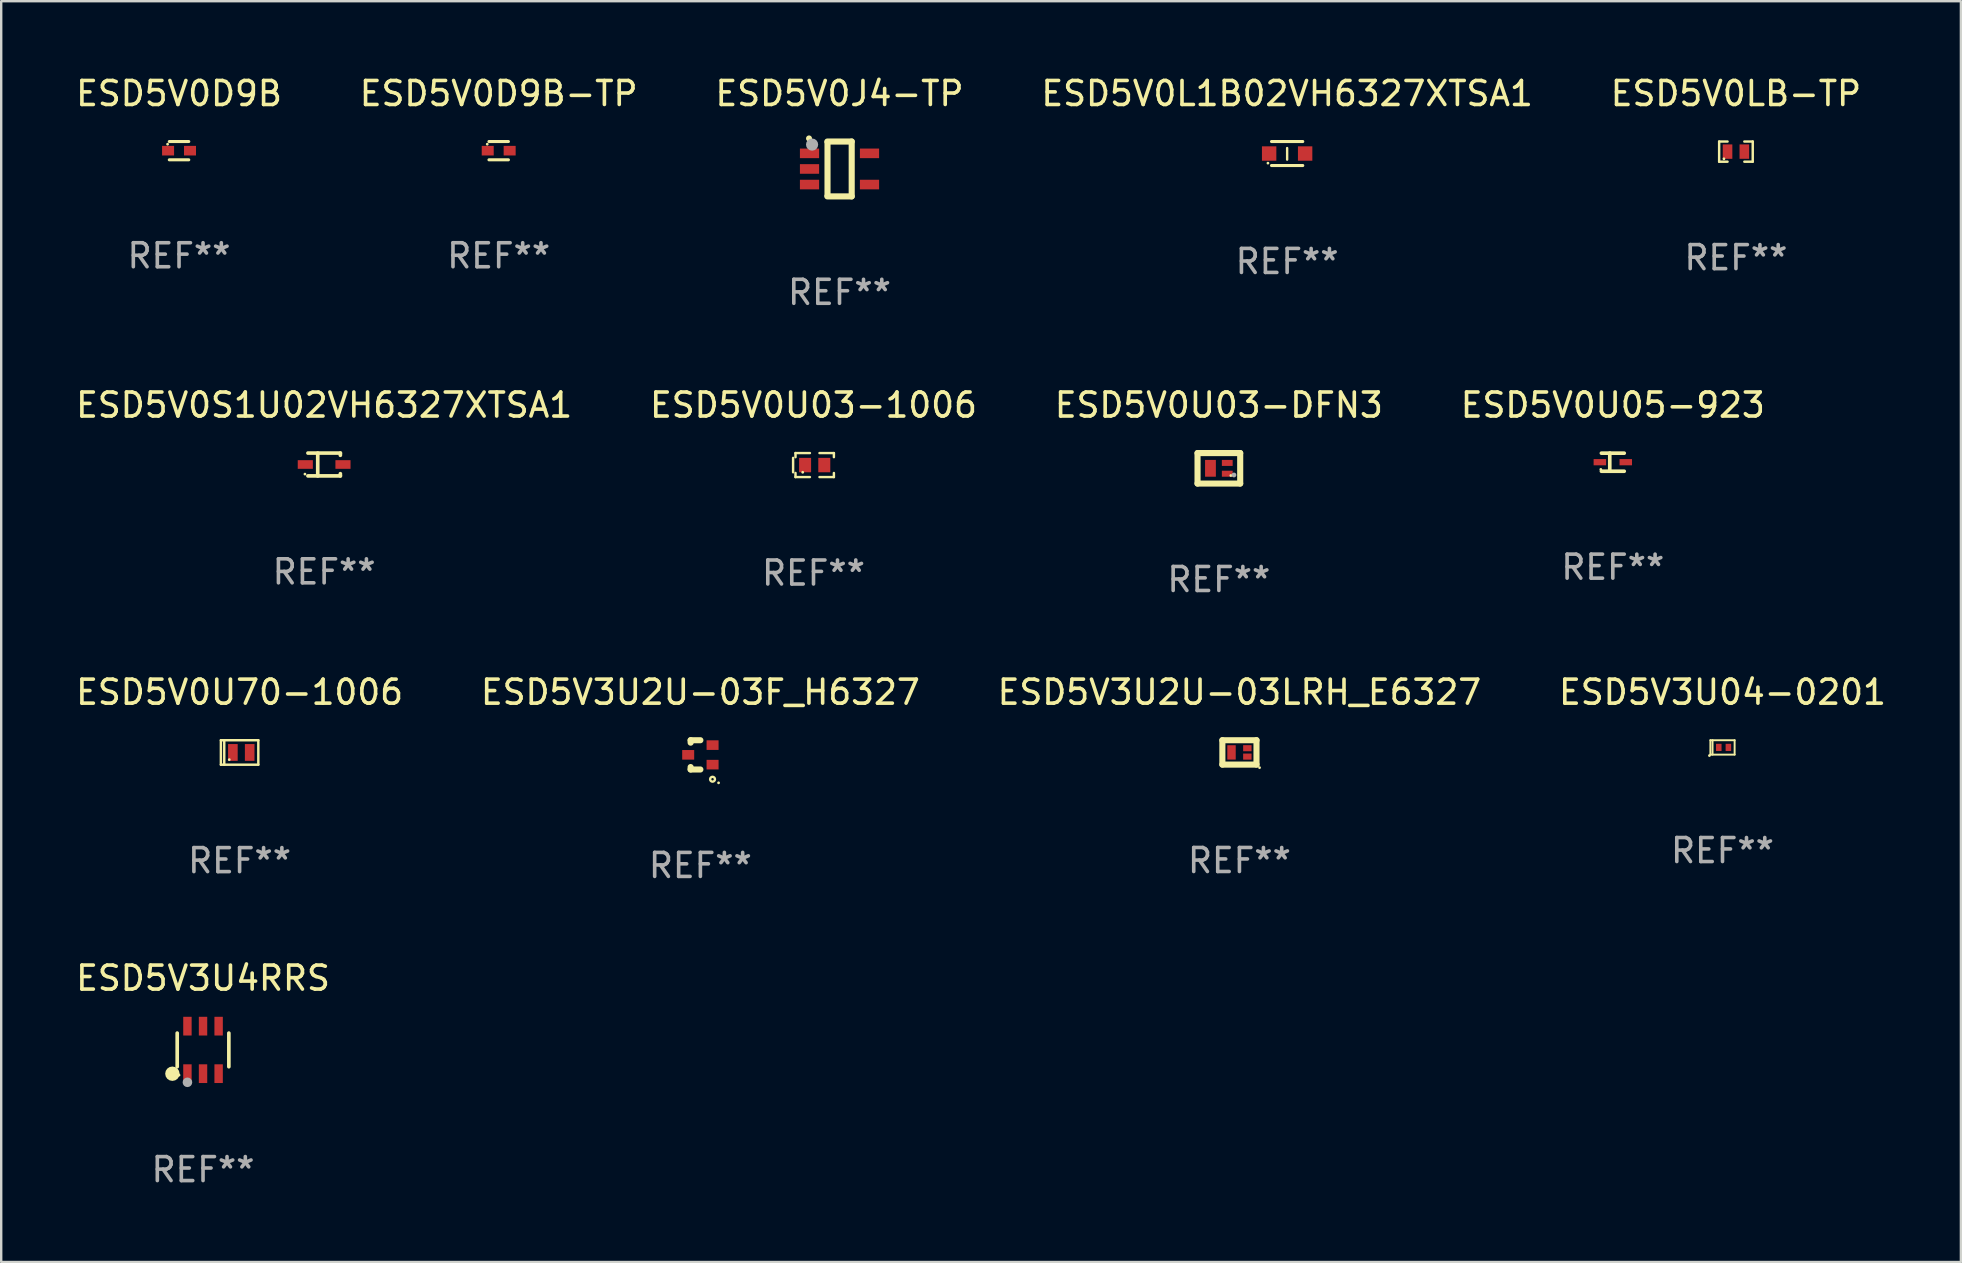
<source format=kicad_pcb>
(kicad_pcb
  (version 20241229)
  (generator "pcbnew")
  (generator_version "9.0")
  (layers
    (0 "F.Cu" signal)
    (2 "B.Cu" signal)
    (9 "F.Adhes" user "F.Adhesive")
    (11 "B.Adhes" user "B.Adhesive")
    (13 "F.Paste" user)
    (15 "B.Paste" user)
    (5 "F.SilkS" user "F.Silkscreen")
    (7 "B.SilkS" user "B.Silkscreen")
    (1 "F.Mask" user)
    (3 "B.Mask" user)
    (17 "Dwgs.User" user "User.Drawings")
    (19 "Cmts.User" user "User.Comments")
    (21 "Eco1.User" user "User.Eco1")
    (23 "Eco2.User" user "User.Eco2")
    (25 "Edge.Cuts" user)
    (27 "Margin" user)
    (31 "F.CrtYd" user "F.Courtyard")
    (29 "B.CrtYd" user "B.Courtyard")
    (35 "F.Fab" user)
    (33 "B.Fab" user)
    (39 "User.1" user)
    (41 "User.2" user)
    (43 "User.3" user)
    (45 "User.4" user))
  (footprint "ESD5V3U4RRS"
    (layer "F.Cu")
    (at 5.411 40.703)
    (property "Reference" "ESD5V3U4RRS" (at 0 -2.99 0) (layer "F.SilkS") (effects (font (size 1 1) (thickness 0.15))))
    (attr through_hole)
    (fp_line (start -1.076 0.701) (end -1.076 -0.701) (stroke (width 0.152) (type solid)) (layer "F.SilkS"))
    (fp_line (start 1.076 0.701) (end 1.076 -0.701) (stroke (width 0.152) (type solid)) (layer "F.SilkS"))
    (fp_circle (center -1.277 0.992) (end -1.127 0.992) (stroke (width 0.3) (type solid)) (fill no) (layer "F.SilkS"))
    (fp_circle (center -1 1.05) (end -0.97 1.05) (stroke (width 0.06) (type solid)) (fill no) (layer "F.SilkS"))
    (fp_circle (center -0.65 1.35) (end -0.55 1.35) (stroke (width 0.2) (type solid)) (fill no) (layer "F.Fab"))
    (fp_text user "REF**" (at 0 4.99 0) (layer "F.Fab") (effects (font (size 1 1) (thickness 0.15))))
    (pad "1" smd rect (at -0.65 0.99) (size 0.35 0.78) (layers "F.Cu" "F.Mask" "F.Paste"))
    (pad "2" smd rect (at 0 0.99) (size 0.35 0.78) (layers "F.Cu" "F.Mask" "F.Paste"))
    (pad "3" smd rect (at 0.65 0.99) (size 0.35 0.78) (layers "F.Cu" "F.Mask" "F.Paste"))
    (pad "4" smd rect (at 0.65 -0.99) (size 0.35 0.78) (layers "F.Cu" "F.Mask" "F.Paste"))
    (pad "5" smd rect (at 0 -0.99) (size 0.35 0.78) (layers "F.Cu" "F.Mask" "F.Paste"))
    (pad "6" smd rect (at -0.65 -0.99) (size 0.35 0.78) (layers "F.Cu" "F.Mask" "F.Paste")))
  (footprint "ESD5V3U04-0201"
    (layer "F.Cu")
    (at 68.732 28.097)
    (property "Reference" "ESD5V3U04-0201" (at 0 -2.3 0) (layer "F.SilkS") (effects (font (size 1 1) (thickness 0.15))))
    (attr through_hole)
    (fp_line (start -0.505 -0.3) (end -0.505 0.3) (stroke (width 0.08) (type solid)) (layer "F.SilkS"))
    (fp_line (start -0.505 -0.3) (end 0.505 -0.3) (stroke (width 0.08) (type solid)) (layer "F.SilkS"))
    (fp_line (start -0.505 0.3) (end 0.505 0.3) (stroke (width 0.08) (type solid)) (layer "F.SilkS"))
    (fp_line (start -0.415 -0.3) (end -0.415 0.3) (stroke (width 0.08) (type solid)) (layer "F.SilkS"))
    (fp_line (start 0.505 -0.3) (end 0.505 0.3) (stroke (width 0.08) (type solid)) (layer "F.SilkS"))
    (fp_circle (center -0.545 0.34) (end -0.515 0.34) (stroke (width 0.06) (type solid)) (fill no) (layer "F.SilkS"))
    (fp_text user "REF**" (at 0 4.3 0) (layer "F.Fab") (effects (font (size 1 1) (thickness 0.15))))
    (pad "1" smd rect (at -0.155 0 180) (size 0.23 0.3) (layers "F.Cu" "F.Mask" "F.Paste"))
    (pad "2" smd rect (at 0.245 0 180) (size 0.23 0.3) (layers "F.Cu" "F.Mask" "F.Paste")))
  (footprint "ESD5V0U70-1006"
    (layer "F.Cu")
    (at 6.935 28.307)
    (property "Reference" "ESD5V0U70-1006" (at 0 -2.51 0) (layer "F.SilkS") (effects (font (size 1 1) (thickness 0.15))))
    (attr through_hole)
    (fp_line (start -0.78 -0.51) (end -0.78 0.51) (stroke (width 0.102) (type solid)) (layer "F.SilkS"))
    (fp_line (start -0.78 -0.51) (end 0.78 -0.51) (stroke (width 0.102) (type solid)) (layer "F.SilkS"))
    (fp_line (start -0.78 0.51) (end 0.78 0.51) (stroke (width 0.102) (type solid)) (layer "F.SilkS"))
    (fp_line (start -0.64 -0.51) (end -0.64 0.51) (stroke (width 0.102) (type solid)) (layer "F.SilkS"))
    (fp_line (start 0.78 -0.51) (end 0.78 0.51) (stroke (width 0.102) (type solid)) (layer "F.SilkS"))
    (fp_circle (center -0.43 0.3) (end -0.4 0.3) (stroke (width 0.06) (type solid)) (fill no) (layer "F.SilkS"))
    (fp_text user "REF**" (at 0 4.51 0) (layer "F.Fab") (effects (font (size 1 1) (thickness 0.15))))
    (pad "1" smd rect (at -0.28 0) (size 0.4 0.7) (layers "F.Cu" "F.Mask" "F.Paste"))
    (pad "2" smd rect (at 0.42 0) (size 0.4 0.7) (layers "F.Cu" "F.Mask" "F.Paste")))
  (footprint "ESD5V0U03-DFN3"
    (layer "F.Cu")
    (at 47.744 16.466)
    (property "Reference" "ESD5V0U03-DFN3" (at 0 -2.635 0) (layer "F.SilkS") (effects (font (size 1 1) (thickness 0.15))))
    (attr through_hole)
    (fp_line (start -0.889 -0.635) (end 0.889 -0.635) (stroke (width 0.254) (type solid)) (layer "F.SilkS"))
    (fp_line (start -0.889 0.635) (end -0.889 -0.635) (stroke (width 0.254) (type solid)) (layer "F.SilkS"))
    (fp_line (start 0.889 -0.635) (end 0.889 0.635) (stroke (width 0.254) (type solid)) (layer "F.SilkS"))
    (fp_line (start 0.889 0.635) (end -0.889 0.635) (stroke (width 0.254) (type solid)) (layer "F.SilkS"))
    (fp_circle (center 0.5 0.3) (end 0.53 0.3) (stroke (width 0.06) (type solid)) (fill no) (layer "F.SilkS"))
    (fp_circle (center 0.629 0.278) (end 0.679 0.278) (stroke (width 0.1) (type solid)) (fill no) (layer "F.Fab"))
    (fp_text user "REF**" (at 0 4.635 0) (layer "F.Fab") (effects (font (size 1 1) (thickness 0.15))))
    (pad "1" smd rect (at 0.35 0.225) (size 0.45 0.25) (layers "F.Cu" "F.Mask" "F.Paste"))
    (pad "2" smd rect (at 0.35 -0.225) (size 0.45 0.25) (layers "F.Cu" "F.Mask" "F.Paste"))
    (pad "3" smd rect (at -0.35 0 180) (size 0.45 0.7) (layers "F.Cu" "F.Mask" "F.Paste")))
  (footprint "ESD5V0LB-TP"
    (layer "F.Cu")
    (at 69.292 3.268)
    (property "Reference" "ESD5V0LB-TP" (at 0 -2.42 0) (layer "F.SilkS") (effects (font (size 1 1) (thickness 0.15))))
    (attr through_hole)
    (fp_line (start -0.7 -0.42) (end -0.7 0.42) (stroke (width 0.102) (type solid)) (layer "F.SilkS"))
    (fp_line (start -0.7 0.42) (end -0.35 0.42) (stroke (width 0.102) (type solid)) (layer "F.SilkS"))
    (fp_line (start -0.35 -0.42) (end -0.7 -0.42) (stroke (width 0.102) (type solid)) (layer "F.SilkS"))
    (fp_line (start 0.35 0.42) (end 0.7 0.42) (stroke (width 0.102) (type solid)) (layer "F.SilkS"))
    (fp_line (start 0.7 -0.42) (end 0.35 -0.42) (stroke (width 0.102) (type solid)) (layer "F.SilkS"))
    (fp_line (start 0.7 0.42) (end 0.7 -0.42) (stroke (width 0.102) (type solid)) (layer "F.SilkS"))
    (fp_circle (center -0.5 0.3) (end -0.47 0.3) (stroke (width 0.06) (type solid)) (fill no) (layer "F.SilkS"))
    (fp_text user "REF**" (at 0 4.42 0) (layer "F.Fab") (effects (font (size 1 1) (thickness 0.15))))
    (pad "1" smd rect (at -0.35 0) (size 0.4 0.6) (layers "F.Cu" "F.Mask" "F.Paste"))
    (pad "2" smd rect (at 0.35 0) (size 0.4 0.6) (layers "F.Cu" "F.Mask" "F.Paste")))
  (footprint "ESD5V0D9B"
    (layer "F.Cu")
    (at 4.411 3.229)
    (property "Reference" "ESD5V0D9B" (at 0 -2.381 0) (layer "F.SilkS") (effects (font (size 1 1) (thickness 0.15))))
    (attr through_hole)
    (fp_line (start -0.406 -0.381) (end 0.406 -0.381) (stroke (width 0.127) (type solid)) (layer "F.SilkS"))
    (fp_line (start 0.406 0.381) (end -0.406 0.381) (stroke (width 0.127) (type solid)) (layer "F.SilkS"))
    (fp_circle (center -0.477 -0.27) (end -0.447 -0.27) (stroke (width 0.06) (type solid)) (fill no) (layer "F.SilkS"))
    (fp_text user "REF**" (at 0 4.381 0) (layer "F.Fab") (effects (font (size 1 1) (thickness 0.15))))
    (pad "1" smd rect (at -0.457 0 90) (size 0.4 0.5) (layers "F.Cu" "F.Mask" "F.Paste"))
    (pad "2" smd rect (at 0.457 0 90) (size 0.4 0.5) (layers "F.Cu" "F.Mask" "F.Paste")))
  (footprint "ESD5V0S1U02VH6327XTSA1"
    (layer "F.Cu")
    (at 10.458 16.307)
    (property "Reference" "ESD5V0S1U02VH6327XTSA1" (at 0 -2.476 0) (layer "F.SilkS") (effects (font (size 1 1) (thickness 0.15))))
    (attr through_hole)
    (fp_line (start -0.676 -0.476) (end 0.676 -0.476) (stroke (width 0.152) (type solid)) (layer "F.SilkS"))
    (fp_line (start -0.676 0.476) (end 0.676 0.476) (stroke (width 0.152) (type solid)) (layer "F.SilkS"))
    (fp_line (start -0.267 -0.476) (end -0.267 0.476) (stroke (width 0.152) (type solid)) (layer "F.SilkS"))
    (fp_line (start 0.676 -0.476) (end 0.676 -0.383) (stroke (width 0.152) (type solid)) (layer "F.SilkS"))
    (fp_line (start 0.676 0.476) (end 0.676 0.383) (stroke (width 0.152) (type solid)) (layer "F.SilkS"))
    (fp_circle (center -0.8 0.4) (end -0.77 0.4) (stroke (width 0.06) (type solid)) (fill no) (layer "F.SilkS"))
    (fp_text user "REF**" (at 0 4.476 0) (layer "F.Fab") (effects (font (size 1 1) (thickness 0.15))))
    (pad "1" smd rect (at -0.785 0) (size 0.63 0.36) (layers "F.Cu" "F.Mask" "F.Paste"))
    (pad "2" smd rect (at 0.785 0) (size 0.63 0.36) (layers "F.Cu" "F.Mask" "F.Paste")))
  (footprint "ESD5V0U03-1006"
    (layer "F.Cu")
    (at 30.851 16.331)
    (property "Reference" "ESD5V0U03-1006" (at 0 -2.5 0) (layer "F.SilkS") (effects (font (size 1 1) (thickness 0.15))))
    (attr through_hole)
    (fp_line (start -0.85 -0.3) (end -0.85 0.3) (stroke (width 0.102) (type solid)) (layer "F.SilkS"))
    (fp_line (start -0.75 -0.5) (end -0.75 -0.329) (stroke (width 0.102) (type solid)) (layer "F.SilkS"))
    (fp_line (start -0.75 0.329) (end -0.75 0.5) (stroke (width 0.102) (type solid)) (layer "F.SilkS"))
    (fp_line (start -0.75 0.5) (end -0.15 0.5) (stroke (width 0.102) (type solid)) (layer "F.SilkS"))
    (fp_line (start -0.15 -0.5) (end -0.75 -0.5) (stroke (width 0.102) (type solid)) (layer "F.SilkS"))
    (fp_line (start 0.25 -0.5) (end 0.85 -0.5) (stroke (width 0.102) (type solid)) (layer "F.SilkS"))
    (fp_line (start 0.85 -0.5) (end 0.85 -0.33) (stroke (width 0.102) (type solid)) (layer "F.SilkS"))
    (fp_line (start 0.85 0.33) (end 0.85 0.5) (stroke (width 0.102) (type solid)) (layer "F.SilkS"))
    (fp_line (start 0.85 0.5) (end 0.25 0.5) (stroke (width 0.102) (type solid)) (layer "F.SilkS"))
    (fp_circle (center -0.45 0.3) (end -0.42 0.3) (stroke (width 0.06) (type solid)) (fill no) (layer "F.SilkS"))
    (fp_text user "REF**" (at 0 4.5 0) (layer "F.Fab") (effects (font (size 1 1) (thickness 0.15))))
    (pad "1" smd rect (at -0.35 0) (size 0.5 0.6) (layers "F.Cu" "F.Mask" "F.Paste"))
    (pad "2" smd rect (at 0.45 0) (size 0.5 0.6) (layers "F.Cu" "F.Mask" "F.Paste")))
  (footprint "ESD5V3U2U-03LRH_E6327"
    (layer "F.Cu")
    (at 48.601 28.305)
    (property "Reference" "ESD5V3U2U-03LRH_E6327" (at 0 -2.508 0) (layer "F.SilkS") (effects (font (size 1 1) (thickness 0.15))))
    (attr through_hole)
    (fp_line (start -0.711 -0.508) (end -0.711 0.508) (stroke (width 0.254) (type solid)) (layer "F.SilkS"))
    (fp_line (start -0.711 0.508) (end 0.711 0.508) (stroke (width 0.254) (type solid)) (layer "F.SilkS"))
    (fp_line (start 0.711 -0.508) (end -0.711 -0.508) (stroke (width 0.254) (type solid)) (layer "F.SilkS"))
    (fp_line (start 0.711 0.508) (end 0.711 -0.508) (stroke (width 0.254) (type solid)) (layer "F.SilkS"))
    (fp_circle (center 0.838 0.635) (end 0.868 0.635) (stroke (width 0.06) (type solid)) (fill no) (layer "F.SilkS"))
    (fp_text user "REF**" (at 0 4.508 0) (layer "F.Fab") (effects (font (size 1 1) (thickness 0.15))))
    (pad "1" smd rect (at 0.33 0.175 90) (size 0.254 0.351) (layers "F.Cu" "F.Mask" "F.Paste"))
    (pad "2" smd rect (at 0.33 -0.175 90) (size 0.254 0.351) (layers "F.Cu" "F.Mask" "F.Paste"))
    (pad "3" smd rect (at -0.33 0 90) (size 0.599 0.351) (layers "F.Cu" "F.Mask" "F.Paste")))
  (footprint "ESD5V0J4-TP"
    (layer "F.Cu")
    (at 31.935 3.991)
    (property "Reference" "ESD5V0J4-TP" (at 0 -3.143 0) (layer "F.SilkS") (effects (font (size 1 1) (thickness 0.15))))
    (attr through_hole)
    (fp_line (start -0.508 1.143) (end 0.508 1.143) (stroke (width 0.254) (type solid)) (layer "F.SilkS"))
    (fp_line (start -0.5 -1.1) (end -0.5 1.1) (stroke (width 0.254) (type solid)) (layer "F.SilkS"))
    (fp_line (start 0.508 -1.143) (end -0.508 -1.143) (stroke (width 0.254) (type solid)) (layer "F.SilkS"))
    (fp_line (start 0.508 1.143) (end 0.508 -1.143) (stroke (width 0.254) (type solid)) (layer "F.SilkS"))
    (fp_arc (start -1.270053 -1.270003) (mid -1.27006 -1.271273) (end -1.270053 -1.272543) (stroke (width 0.24892) (type solid)) (layer "F.SilkS"))
    (fp_circle (center -1.15 -1.05) (end -1.12 -1.05) (stroke (width 0.06) (type solid)) (fill no) (layer "F.SilkS"))
    (fp_circle (center -1.143 -1.016) (end -1.016 -1.016) (stroke (width 0.254) (type solid)) (fill no) (layer "F.Fab"))
    (fp_text user "REF**" (at 0 5.143 0) (layer "F.Fab") (effects (font (size 1 1) (thickness 0.15))))
    (pad "1" smd rect (at -1.25 -0.65 90) (size 0.4 0.8) (layers "F.Cu" "F.Mask" "F.Paste"))
    (pad "2" smd rect (at -1.25 0.000127 90) (size 0.4 0.8) (layers "F.Cu" "F.Mask" "F.Paste"))
    (pad "3" smd rect (at -1.25 0.65 90) (size 0.4 0.8) (layers "F.Cu" "F.Mask" "F.Paste"))
    (pad "4" smd rect (at 1.25 0.65 90) (size 0.4 0.8) (layers "F.Cu" "F.Mask" "F.Paste"))
    (pad "5" smd rect (at 1.25 -0.65 90) (size 0.4 0.8) (layers "F.Cu" "F.Mask" "F.Paste")))
  (footprint "ESD5V0D9B-TP"
    (layer "F.Cu")
    (at 17.732 3.229)
    (property "Reference" "ESD5V0D9B-TP" (at 0 -2.381 0) (layer "F.SilkS") (effects (font (size 1 1) (thickness 0.15))))
    (attr through_hole)
    (fp_line (start -0.406 -0.381) (end 0.406 -0.381) (stroke (width 0.127) (type solid)) (layer "F.SilkS"))
    (fp_line (start 0.406 0.381) (end -0.406 0.381) (stroke (width 0.127) (type solid)) (layer "F.SilkS"))
    (fp_circle (center -0.477 -0.27) (end -0.447 -0.27) (stroke (width 0.06) (type solid)) (fill no) (layer "F.SilkS"))
    (fp_text user "REF**" (at 0 4.381 0) (layer "F.Fab") (effects (font (size 1 1) (thickness 0.15))))
    (pad "1" smd rect (at -0.457 0 90) (size 0.4 0.5) (layers "F.Cu" "F.Mask" "F.Paste"))
    (pad "2" smd rect (at 0.457 0 90) (size 0.4 0.5) (layers "F.Cu" "F.Mask" "F.Paste")))
  (footprint "ESD5V0L1B02VH6327XTSA1"
    (layer "F.Cu")
    (at 50.589 3.348)
    (property "Reference" "ESD5V0L1B02VH6327XTSA1" (at 0 -2.5 0) (layer "F.SilkS") (effects (font (size 1 1) (thickness 0.15))))
    (attr through_hole)
    (fp_line (start -0.65 -0.5) (end 0.65 -0.5) (stroke (width 0.13) (type solid)) (layer "F.SilkS"))
    (fp_line (start -0.65 0.5) (end 0.65 0.5) (stroke (width 0.13) (type solid)) (layer "F.SilkS"))
    (fp_line (start 0 -0.229) (end 0 0.254) (stroke (width 0.1) (type solid)) (layer "F.SilkS"))
    (fp_circle (center -0.8 0.4) (end -0.77 0.4) (stroke (width 0.06) (type solid)) (fill no) (layer "F.SilkS"))
    (fp_text user "REF**" (at 0 4.5 0) (layer "F.Fab") (effects (font (size 1 1) (thickness 0.15))))
    (pad "1" smd rect (at -0.75 0) (size 0.6 0.6) (layers "F.Cu" "F.Mask" "F.Paste"))
    (pad "2" smd rect (at 0.75 0 180) (size 0.6 0.6) (layers "F.Cu" "F.Mask" "F.Paste")))
  (footprint "ESD5V3U2U-03F_H6327"
    (layer "F.Cu")
    (at 26.137 28.407)
    (property "Reference" "ESD5V3U2U-03F_H6327" (at 0 -2.61 0) (layer "F.SilkS") (effects (font (size 1 1) (thickness 0.15))))
    (attr through_hole)
    (fp_line (start -0.406 -0.508) (end -0.406 -0.61) (stroke (width 0.254) (type solid)) (layer "F.SilkS"))
    (fp_line (start -0.406 0.61) (end -0.406 0.508) (stroke (width 0.254) (type solid)) (layer "F.SilkS"))
    (fp_line (start 0 -0.61) (end -0.406 -0.61) (stroke (width 0.254) (type solid)) (layer "F.SilkS"))
    (fp_line (start 0 0.61) (end -0.406 0.61) (stroke (width 0.254) (type solid)) (layer "F.SilkS"))
    (fp_circle (center 0.507 1.016) (end 0.608 1.016) (stroke (width 0.1) (type solid)) (fill no) (layer "F.SilkS"))
    (fp_circle (center 0.758 1.166) (end 0.788 1.166) (stroke (width 0.06) (type solid)) (fill no) (layer "F.SilkS"))
    (fp_text user "REF**" (at 0 4.61 0) (layer "F.Fab") (effects (font (size 1 1) (thickness 0.15))))
    (pad "1" smd rect (at 0.508 0.408 90) (size 0.4 0.5) (layers "F.Cu" "F.Mask" "F.Paste"))
    (pad "2" smd rect (at 0.508 -0.406 90) (size 0.4 0.5) (layers "F.Cu" "F.Mask" "F.Paste"))
    (pad "3" smd rect (at -0.508 -0.001 90) (size 0.4 0.5) (layers "F.Cu" "F.Mask" "F.Paste")))
  (footprint "ESD5V0U05-923"
    (layer "F.Cu")
    (at 64.161 16.209)
    (property "Reference" "ESD5V0U05-923" (at 0 -2.379 0) (layer "F.SilkS") (effects (font (size 1 1) (thickness 0.15))))
    (attr through_hole)
    (fp_line (start -0.476 -0.374) (end 0.476 -0.374) (stroke (width 0.152) (type solid)) (layer "F.SilkS"))
    (fp_line (start -0.476 0.379) (end 0.476 0.379) (stroke (width 0.152) (type solid)) (layer "F.SilkS"))
    (fp_line (start -0.127 -0.379) (end -0.127 0.374) (stroke (width 0.152) (type solid)) (layer "F.SilkS"))
    (fp_circle (center -0.5 0.302) (end -0.47 0.302) (stroke (width 0.06) (type solid)) (fill no) (layer "F.SilkS"))
    (fp_text user "REF**" (at 0 4.379 0) (layer "F.Fab") (effects (font (size 1 1) (thickness 0.15))))
    (pad "1" smd rect (at -0.54 0.002 180) (size 0.52 0.26) (layers "F.Cu" "F.Mask" "F.Paste"))
    (pad "2" smd rect (at 0.54 0.002 180) (size 0.52 0.26) (layers "F.Cu" "F.Mask" "F.Paste")))
  (gr_rect
    (start -3 -3)
    (end 78.667 49.541)
    (stroke (width 0.1) (type default))
    (fill no)
    (layer "Edge.Cuts")))
</source>
